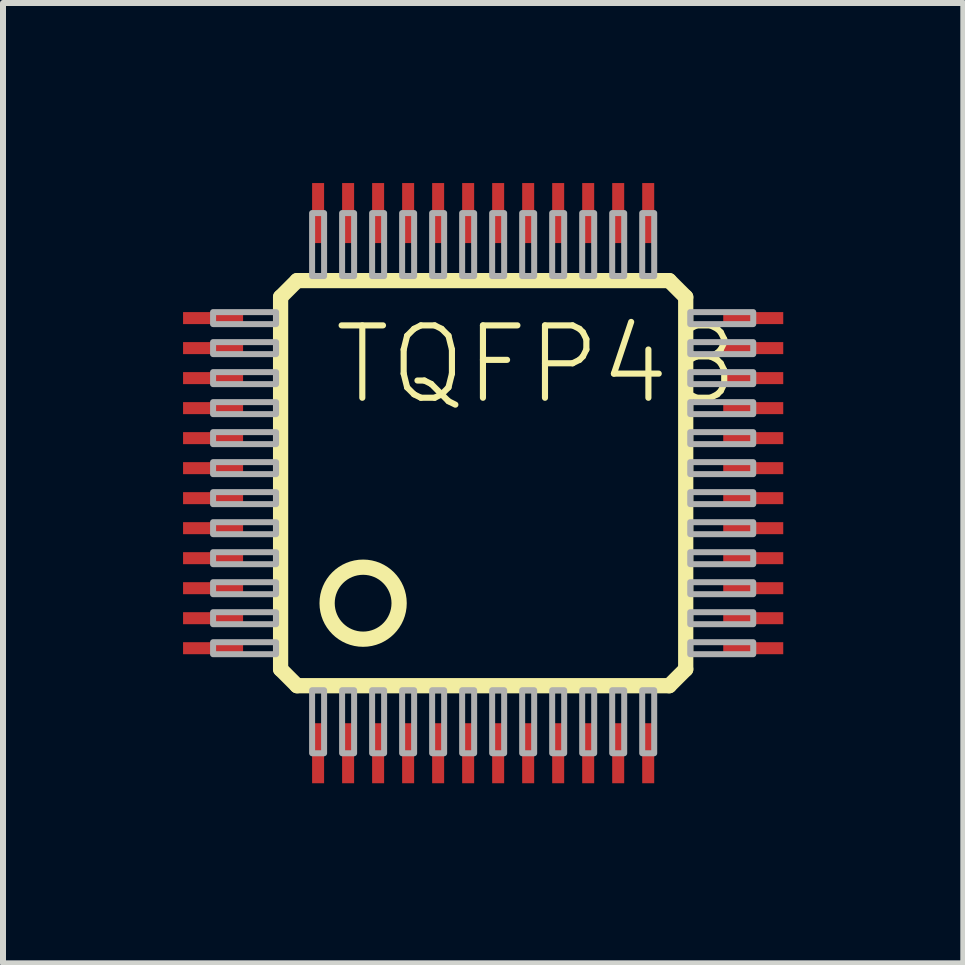
<source format=kicad_pcb>
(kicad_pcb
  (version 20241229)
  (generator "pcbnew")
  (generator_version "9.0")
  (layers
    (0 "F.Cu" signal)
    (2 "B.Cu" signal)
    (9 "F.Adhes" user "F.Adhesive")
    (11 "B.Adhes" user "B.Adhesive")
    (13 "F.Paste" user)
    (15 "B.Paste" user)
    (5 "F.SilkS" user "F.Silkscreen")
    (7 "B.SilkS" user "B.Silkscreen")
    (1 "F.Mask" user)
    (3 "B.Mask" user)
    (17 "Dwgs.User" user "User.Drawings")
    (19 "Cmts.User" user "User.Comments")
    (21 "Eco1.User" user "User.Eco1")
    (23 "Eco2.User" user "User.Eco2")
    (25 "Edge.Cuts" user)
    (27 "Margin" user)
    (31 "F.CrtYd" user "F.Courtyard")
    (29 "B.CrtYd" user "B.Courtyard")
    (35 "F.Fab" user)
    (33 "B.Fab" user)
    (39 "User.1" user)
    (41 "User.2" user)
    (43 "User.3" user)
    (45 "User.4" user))
  (footprint "TQFP48"
    (layer "F.Cu")
    (at 5 5)
    (property "Reference" "TQFP48" (at -2.54 -1.27 0) (layer "F.SilkS") (effects (font (size 1.206 1.206) (thickness 0.102)) (justify left bottom)))
    (attr through_hole)
    (fp_line (start -3.375 -3.1) (end -3.1 -3.375) (stroke (width 0.254) (type solid)) (layer "F.SilkS"))
    (fp_line (start -3.375 3.1) (end -3.375 -3.1) (stroke (width 0.254) (type solid)) (layer "F.SilkS"))
    (fp_line (start -3.1 -3.375) (end 3.1 -3.375) (stroke (width 0.254) (type solid)) (layer "F.SilkS"))
    (fp_line (start -3.1 3.375) (end -3.375 3.1) (stroke (width 0.254) (type solid)) (layer "F.SilkS"))
    (fp_line (start 3.1 -3.375) (end 3.375 -3.1) (stroke (width 0.254) (type solid)) (layer "F.SilkS"))
    (fp_line (start 3.1 3.375) (end -3.1 3.375) (stroke (width 0.254) (type solid)) (layer "F.SilkS"))
    (fp_line (start 3.375 -3.1) (end 3.375 3.1) (stroke (width 0.254) (type solid)) (layer "F.SilkS"))
    (fp_line (start 3.375 3.1) (end 3.1 3.375) (stroke (width 0.254) (type solid)) (layer "F.SilkS"))
    (fp_circle (center -2 2) (end -1.4 2) (stroke (width 0.254) (type solid)) (fill no) (layer "F.SilkS"))
    (fp_poly (pts (xy -4.5 -2.65) (xy -3.45 -2.65) (xy -3.45 -2.85) (xy -4.5 -2.85)) (stroke (width 0.1) (type solid)) (fill no) (layer "F.Fab"))
    (fp_poly (pts (xy -4.5 -2.15) (xy -3.45 -2.15) (xy -3.45 -2.35) (xy -4.5 -2.35)) (stroke (width 0.1) (type solid)) (fill no) (layer "F.Fab"))
    (fp_poly (pts (xy -4.5 -1.65) (xy -3.45 -1.65) (xy -3.45 -1.85) (xy -4.5 -1.85)) (stroke (width 0.1) (type solid)) (fill no) (layer "F.Fab"))
    (fp_poly (pts (xy -4.5 -1.15) (xy -3.45 -1.15) (xy -3.45 -1.35) (xy -4.5 -1.35)) (stroke (width 0.1) (type solid)) (fill no) (layer "F.Fab"))
    (fp_poly (pts (xy -4.5 -0.65) (xy -3.45 -0.65) (xy -3.45 -0.85) (xy -4.5 -0.85)) (stroke (width 0.1) (type solid)) (fill no) (layer "F.Fab"))
    (fp_poly (pts (xy -4.5 -0.15) (xy -3.45 -0.15) (xy -3.45 -0.35) (xy -4.5 -0.35)) (stroke (width 0.1) (type solid)) (fill no) (layer "F.Fab"))
    (fp_poly (pts (xy -4.5 0.35) (xy -3.45 0.35) (xy -3.45 0.15) (xy -4.5 0.15)) (stroke (width 0.1) (type solid)) (fill no) (layer "F.Fab"))
    (fp_poly (pts (xy -4.5 0.85) (xy -3.45 0.85) (xy -3.45 0.65) (xy -4.5 0.65)) (stroke (width 0.1) (type solid)) (fill no) (layer "F.Fab"))
    (fp_poly (pts (xy -4.5 1.35) (xy -3.45 1.35) (xy -3.45 1.15) (xy -4.5 1.15)) (stroke (width 0.1) (type solid)) (fill no) (layer "F.Fab"))
    (fp_poly (pts (xy -4.5 1.85) (xy -3.45 1.85) (xy -3.45 1.65) (xy -4.5 1.65)) (stroke (width 0.1) (type solid)) (fill no) (layer "F.Fab"))
    (fp_poly (pts (xy -4.5 2.35) (xy -3.45 2.35) (xy -3.45 2.15) (xy -4.5 2.15)) (stroke (width 0.1) (type solid)) (fill no) (layer "F.Fab"))
    (fp_poly (pts (xy -4.5 2.85) (xy -3.45 2.85) (xy -3.45 2.65) (xy -4.5 2.65)) (stroke (width 0.1) (type solid)) (fill no) (layer "F.Fab"))
    (fp_poly (pts (xy -2.85 -3.45) (xy -2.65 -3.45) (xy -2.65 -4.5) (xy -2.85 -4.5)) (stroke (width 0.1) (type solid)) (fill no) (layer "F.Fab"))
    (fp_poly (pts (xy -2.85 4.5) (xy -2.65 4.5) (xy -2.65 3.45) (xy -2.85 3.45)) (stroke (width 0.1) (type solid)) (fill no) (layer "F.Fab"))
    (fp_poly (pts (xy -2.35 -3.45) (xy -2.15 -3.45) (xy -2.15 -4.5) (xy -2.35 -4.5)) (stroke (width 0.1) (type solid)) (fill no) (layer "F.Fab"))
    (fp_poly (pts (xy -2.35 4.5) (xy -2.15 4.5) (xy -2.15 3.45) (xy -2.35 3.45)) (stroke (width 0.1) (type solid)) (fill no) (layer "F.Fab"))
    (fp_poly (pts (xy -1.85 -3.45) (xy -1.65 -3.45) (xy -1.65 -4.5) (xy -1.85 -4.5)) (stroke (width 0.1) (type solid)) (fill no) (layer "F.Fab"))
    (fp_poly (pts (xy -1.85 4.5) (xy -1.65 4.5) (xy -1.65 3.45) (xy -1.85 3.45)) (stroke (width 0.1) (type solid)) (fill no) (layer "F.Fab"))
    (fp_poly (pts (xy -1.35 -3.45) (xy -1.15 -3.45) (xy -1.15 -4.5) (xy -1.35 -4.5)) (stroke (width 0.1) (type solid)) (fill no) (layer "F.Fab"))
    (fp_poly (pts (xy -1.35 4.5) (xy -1.15 4.5) (xy -1.15 3.45) (xy -1.35 3.45)) (stroke (width 0.1) (type solid)) (fill no) (layer "F.Fab"))
    (fp_poly (pts (xy -0.85 -3.45) (xy -0.65 -3.45) (xy -0.65 -4.5) (xy -0.85 -4.5)) (stroke (width 0.1) (type solid)) (fill no) (layer "F.Fab"))
    (fp_poly (pts (xy -0.85 4.5) (xy -0.65 4.5) (xy -0.65 3.45) (xy -0.85 3.45)) (stroke (width 0.1) (type solid)) (fill no) (layer "F.Fab"))
    (fp_poly (pts (xy -0.35 -3.45) (xy -0.15 -3.45) (xy -0.15 -4.5) (xy -0.35 -4.5)) (stroke (width 0.1) (type solid)) (fill no) (layer "F.Fab"))
    (fp_poly (pts (xy -0.35 4.5) (xy -0.15 4.5) (xy -0.15 3.45) (xy -0.35 3.45)) (stroke (width 0.1) (type solid)) (fill no) (layer "F.Fab"))
    (fp_poly (pts (xy 0.15 -3.45) (xy 0.35 -3.45) (xy 0.35 -4.5) (xy 0.15 -4.5)) (stroke (width 0.1) (type solid)) (fill no) (layer "F.Fab"))
    (fp_poly (pts (xy 0.15 4.5) (xy 0.35 4.5) (xy 0.35 3.45) (xy 0.15 3.45)) (stroke (width 0.1) (type solid)) (fill no) (layer "F.Fab"))
    (fp_poly (pts (xy 0.65 -3.45) (xy 0.85 -3.45) (xy 0.85 -4.5) (xy 0.65 -4.5)) (stroke (width 0.1) (type solid)) (fill no) (layer "F.Fab"))
    (fp_poly (pts (xy 0.65 4.5) (xy 0.85 4.5) (xy 0.85 3.45) (xy 0.65 3.45)) (stroke (width 0.1) (type solid)) (fill no) (layer "F.Fab"))
    (fp_poly (pts (xy 1.15 -3.45) (xy 1.35 -3.45) (xy 1.35 -4.5) (xy 1.15 -4.5)) (stroke (width 0.1) (type solid)) (fill no) (layer "F.Fab"))
    (fp_poly (pts (xy 1.15 4.5) (xy 1.35 4.5) (xy 1.35 3.45) (xy 1.15 3.45)) (stroke (width 0.1) (type solid)) (fill no) (layer "F.Fab"))
    (fp_poly (pts (xy 1.65 -3.45) (xy 1.85 -3.45) (xy 1.85 -4.5) (xy 1.65 -4.5)) (stroke (width 0.1) (type solid)) (fill no) (layer "F.Fab"))
    (fp_poly (pts (xy 1.65 4.5) (xy 1.85 4.5) (xy 1.85 3.45) (xy 1.65 3.45)) (stroke (width 0.1) (type solid)) (fill no) (layer "F.Fab"))
    (fp_poly (pts (xy 2.15 -3.45) (xy 2.35 -3.45) (xy 2.35 -4.5) (xy 2.15 -4.5)) (stroke (width 0.1) (type solid)) (fill no) (layer "F.Fab"))
    (fp_poly (pts (xy 2.15 4.5) (xy 2.35 4.5) (xy 2.35 3.45) (xy 2.15 3.45)) (stroke (width 0.1) (type solid)) (fill no) (layer "F.Fab"))
    (fp_poly (pts (xy 2.65 -3.45) (xy 2.85 -3.45) (xy 2.85 -4.5) (xy 2.65 -4.5)) (stroke (width 0.1) (type solid)) (fill no) (layer "F.Fab"))
    (fp_poly (pts (xy 2.65 4.5) (xy 2.85 4.5) (xy 2.85 3.45) (xy 2.65 3.45)) (stroke (width 0.1) (type solid)) (fill no) (layer "F.Fab"))
    (fp_poly (pts (xy 3.45 -2.65) (xy 4.5 -2.65) (xy 4.5 -2.85) (xy 3.45 -2.85)) (stroke (width 0.1) (type solid)) (fill no) (layer "F.Fab"))
    (fp_poly (pts (xy 3.45 -2.15) (xy 4.5 -2.15) (xy 4.5 -2.35) (xy 3.45 -2.35)) (stroke (width 0.1) (type solid)) (fill no) (layer "F.Fab"))
    (fp_poly (pts (xy 3.45 -1.65) (xy 4.5 -1.65) (xy 4.5 -1.85) (xy 3.45 -1.85)) (stroke (width 0.1) (type solid)) (fill no) (layer "F.Fab"))
    (fp_poly (pts (xy 3.45 -1.15) (xy 4.5 -1.15) (xy 4.5 -1.35) (xy 3.45 -1.35)) (stroke (width 0.1) (type solid)) (fill no) (layer "F.Fab"))
    (fp_poly (pts (xy 3.45 -0.65) (xy 4.5 -0.65) (xy 4.5 -0.85) (xy 3.45 -0.85)) (stroke (width 0.1) (type solid)) (fill no) (layer "F.Fab"))
    (fp_poly (pts (xy 3.45 -0.15) (xy 4.5 -0.15) (xy 4.5 -0.35) (xy 3.45 -0.35)) (stroke (width 0.1) (type solid)) (fill no) (layer "F.Fab"))
    (fp_poly (pts (xy 3.45 0.35) (xy 4.5 0.35) (xy 4.5 0.15) (xy 3.45 0.15)) (stroke (width 0.1) (type solid)) (fill no) (layer "F.Fab"))
    (fp_poly (pts (xy 3.45 0.85) (xy 4.5 0.85) (xy 4.5 0.65) (xy 3.45 0.65)) (stroke (width 0.1) (type solid)) (fill no) (layer "F.Fab"))
    (fp_poly (pts (xy 3.45 1.35) (xy 4.5 1.35) (xy 4.5 1.15) (xy 3.45 1.15)) (stroke (width 0.1) (type solid)) (fill no) (layer "F.Fab"))
    (fp_poly (pts (xy 3.45 1.85) (xy 4.5 1.85) (xy 4.5 1.65) (xy 3.45 1.65)) (stroke (width 0.1) (type solid)) (fill no) (layer "F.Fab"))
    (fp_poly (pts (xy 3.45 2.35) (xy 4.5 2.35) (xy 4.5 2.15) (xy 3.45 2.15)) (stroke (width 0.1) (type solid)) (fill no) (layer "F.Fab"))
    (fp_poly (pts (xy 3.45 2.85) (xy 4.5 2.85) (xy 4.5 2.65) (xy 3.45 2.65)) (stroke (width 0.1) (type solid)) (fill no) (layer "F.Fab"))
    (pad "1" smd rect (at -2.75 4.5) (size 0.2 1) (layers "F.Cu" "F.Mask" "F.Paste"))
    (pad "2" smd rect (at -2.25 4.5) (size 0.2 1) (layers "F.Cu" "F.Mask" "F.Paste"))
    (pad "3" smd rect (at -1.75 4.5) (size 0.2 1) (layers "F.Cu" "F.Mask" "F.Paste"))
    (pad "4" smd rect (at -1.25 4.5) (size 0.2 1) (layers "F.Cu" "F.Mask" "F.Paste"))
    (pad "5" smd rect (at -0.75 4.5) (size 0.2 1) (layers "F.Cu" "F.Mask" "F.Paste"))
    (pad "6" smd rect (at -0.25 4.5) (size 0.2 1) (layers "F.Cu" "F.Mask" "F.Paste"))
    (pad "7" smd rect (at 0.25 4.5) (size 0.2 1) (layers "F.Cu" "F.Mask" "F.Paste"))
    (pad "8" smd rect (at 0.75 4.5) (size 0.2 1) (layers "F.Cu" "F.Mask" "F.Paste"))
    (pad "9" smd rect (at 1.25 4.5) (size 0.2 1) (layers "F.Cu" "F.Mask" "F.Paste"))
    (pad "10" smd rect (at 1.75 4.5) (size 0.2 1) (layers "F.Cu" "F.Mask" "F.Paste"))
    (pad "11" smd rect (at 2.25 4.5) (size 0.2 1) (layers "F.Cu" "F.Mask" "F.Paste"))
    (pad "12" smd rect (at 2.75 4.5) (size 0.2 1) (layers "F.Cu" "F.Mask" "F.Paste"))
    (pad "13" smd rect (at 4.5 2.75) (size 1 0.2) (layers "F.Cu" "F.Mask" "F.Paste"))
    (pad "14" smd rect (at 4.5 2.25) (size 1 0.2) (layers "F.Cu" "F.Mask" "F.Paste"))
    (pad "15" smd rect (at 4.5 1.75) (size 1 0.2) (layers "F.Cu" "F.Mask" "F.Paste"))
    (pad "16" smd rect (at 4.5 1.25) (size 1 0.2) (layers "F.Cu" "F.Mask" "F.Paste"))
    (pad "17" smd rect (at 4.5 0.75) (size 1 0.2) (layers "F.Cu" "F.Mask" "F.Paste"))
    (pad "18" smd rect (at 4.5 0.25) (size 1 0.2) (layers "F.Cu" "F.Mask" "F.Paste"))
    (pad "19" smd rect (at 4.5 -0.25) (size 1 0.2) (layers "F.Cu" "F.Mask" "F.Paste"))
    (pad "20" smd rect (at 4.5 -0.75) (size 1 0.2) (layers "F.Cu" "F.Mask" "F.Paste"))
    (pad "21" smd rect (at 4.5 -1.25) (size 1 0.2) (layers "F.Cu" "F.Mask" "F.Paste"))
    (pad "22" smd rect (at 4.5 -1.75) (size 1 0.2) (layers "F.Cu" "F.Mask" "F.Paste"))
    (pad "23" smd rect (at 4.5 -2.25) (size 1 0.2) (layers "F.Cu" "F.Mask" "F.Paste"))
    (pad "24" smd rect (at 4.5 -2.75) (size 1 0.2) (layers "F.Cu" "F.Mask" "F.Paste"))
    (pad "25" smd rect (at 2.75 -4.5) (size 0.2 1) (layers "F.Cu" "F.Mask" "F.Paste"))
    (pad "26" smd rect (at 2.25 -4.5) (size 0.2 1) (layers "F.Cu" "F.Mask" "F.Paste"))
    (pad "27" smd rect (at 1.75 -4.5) (size 0.2 1) (layers "F.Cu" "F.Mask" "F.Paste"))
    (pad "28" smd rect (at 1.25 -4.5) (size 0.2 1) (layers "F.Cu" "F.Mask" "F.Paste"))
    (pad "29" smd rect (at 0.75 -4.5) (size 0.2 1) (layers "F.Cu" "F.Mask" "F.Paste"))
    (pad "30" smd rect (at 0.25 -4.5) (size 0.2 1) (layers "F.Cu" "F.Mask" "F.Paste"))
    (pad "31" smd rect (at -0.25 -4.5) (size 0.2 1) (layers "F.Cu" "F.Mask" "F.Paste"))
    (pad "32" smd rect (at -0.75 -4.5) (size 0.2 1) (layers "F.Cu" "F.Mask" "F.Paste"))
    (pad "33" smd rect (at -1.25 -4.5) (size 0.2 1) (layers "F.Cu" "F.Mask" "F.Paste"))
    (pad "34" smd rect (at -1.75 -4.5) (size 0.2 1) (layers "F.Cu" "F.Mask" "F.Paste"))
    (pad "35" smd rect (at -2.25 -4.5) (size 0.2 1) (layers "F.Cu" "F.Mask" "F.Paste"))
    (pad "36" smd rect (at -2.75 -4.5) (size 0.2 1) (layers "F.Cu" "F.Mask" "F.Paste"))
    (pad "37" smd rect (at -4.5 -2.75) (size 1 0.2) (layers "F.Cu" "F.Mask" "F.Paste"))
    (pad "38" smd rect (at -4.5 -2.25) (size 1 0.2) (layers "F.Cu" "F.Mask" "F.Paste"))
    (pad "39" smd rect (at -4.5 -1.75) (size 1 0.2) (layers "F.Cu" "F.Mask" "F.Paste"))
    (pad "40" smd rect (at -4.5 -1.25) (size 1 0.2) (layers "F.Cu" "F.Mask" "F.Paste"))
    (pad "41" smd rect (at -4.5 -0.75) (size 1 0.2) (layers "F.Cu" "F.Mask" "F.Paste"))
    (pad "42" smd rect (at -4.5 -0.25) (size 1 0.2) (layers "F.Cu" "F.Mask" "F.Paste"))
    (pad "43" smd rect (at -4.5 0.25) (size 1 0.2) (layers "F.Cu" "F.Mask" "F.Paste"))
    (pad "44" smd rect (at -4.5 0.75) (size 1 0.2) (layers "F.Cu" "F.Mask" "F.Paste"))
    (pad "45" smd rect (at -4.5 1.25) (size 1 0.2) (layers "F.Cu" "F.Mask" "F.Paste"))
    (pad "46" smd rect (at -4.5 1.75) (size 1 0.2) (layers "F.Cu" "F.Mask" "F.Paste"))
    (pad "47" smd rect (at -4.5 2.25) (size 1 0.2) (layers "F.Cu" "F.Mask" "F.Paste"))
    (pad "48" smd rect (at -4.5 2.75) (size 1 0.2) (layers "F.Cu" "F.Mask" "F.Paste")))
  (gr_rect
    (start -3 -3)
    (end 13 13)
    (stroke (width 0.1) (type default))
    (fill no)
    (layer "Edge.Cuts")))
</source>
